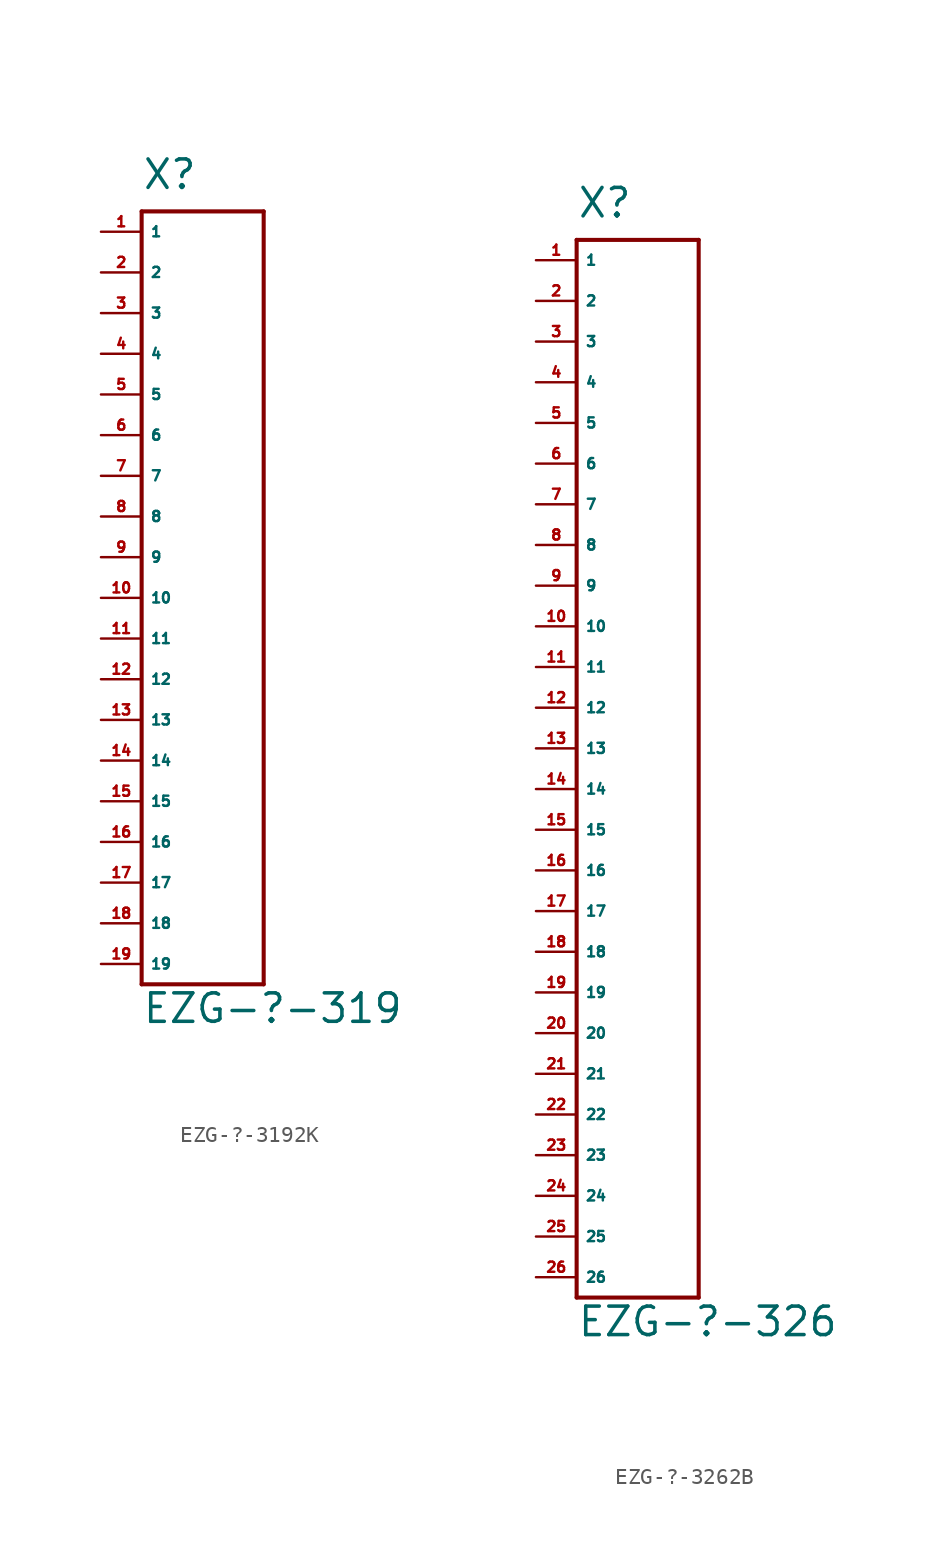
<source format=kicad_sym>
(kicad_symbol_lib
  (version 20220914)
  (generator Eagle2Kicad)
  (symbol "EZG-?-3192K"
    (property "Reference" "X"
      (at -2.54 2.54 0)
      (effects (font (size 1.778 1.778) (thickness 0.22)) (justify left bottom)))
    (property "Value" "EZG-?-319"
      (at -2.54 -49.53 0)
      (effects (font (size 1.778 1.778) (thickness 0.22)) (justify left bottom)))
    (polyline
      (pts (xy -2.54 1.27) (xy -2.54 -46.99))
      (stroke (width 0.254) (type default))
      (fill (type none)))
    (polyline
      (pts (xy -2.54 -46.99) (xy 5.08 -46.99))
      (stroke (width 0.254) (type default))
      (fill (type none)))
    (polyline
      (pts (xy 5.08 -46.99) (xy 5.08 1.27))
      (stroke (width 0.254) (type default))
      (fill (type none)))
    (polyline
      (pts (xy 5.08 1.27) (xy -2.54 1.27))
      (stroke (width 0.254) (type default))
      (fill (type none)))
    (pin passive line
      (at -5.08 0 0)
      (length 2.54)
      (name "1" (effects (font (size 0.635 0.635) (thickness 0.08)) (justify left bottom)))
      (number "1" (effects (font (size 0.635 0.635) (thickness 0.08)) (justify left bottom))))
    (pin passive line
      (at -5.08 -2.54 0)
      (length 2.54)
      (name "2" (effects (font (size 0.635 0.635) (thickness 0.08)) (justify left bottom)))
      (number "2" (effects (font (size 0.635 0.635) (thickness 0.08)) (justify left bottom))))
    (pin passive line
      (at -5.08 -5.08 0)
      (length 2.54)
      (name "3" (effects (font (size 0.635 0.635) (thickness 0.08)) (justify left bottom)))
      (number "3" (effects (font (size 0.635 0.635) (thickness 0.08)) (justify left bottom))))
    (pin passive line
      (at -5.08 -7.62 0)
      (length 2.54)
      (name "4" (effects (font (size 0.635 0.635) (thickness 0.08)) (justify left bottom)))
      (number "4" (effects (font (size 0.635 0.635) (thickness 0.08)) (justify left bottom))))
    (pin passive line
      (at -5.08 -10.16 0)
      (length 2.54)
      (name "5" (effects (font (size 0.635 0.635) (thickness 0.08)) (justify left bottom)))
      (number "5" (effects (font (size 0.635 0.635) (thickness 0.08)) (justify left bottom))))
    (pin passive line
      (at -5.08 -12.7 0)
      (length 2.54)
      (name "6" (effects (font (size 0.635 0.635) (thickness 0.08)) (justify left bottom)))
      (number "6" (effects (font (size 0.635 0.635) (thickness 0.08)) (justify left bottom))))
    (pin passive line
      (at -5.08 -15.24 0)
      (length 2.54)
      (name "7" (effects (font (size 0.635 0.635) (thickness 0.08)) (justify left bottom)))
      (number "7" (effects (font (size 0.635 0.635) (thickness 0.08)) (justify left bottom))))
    (pin passive line
      (at -5.08 -17.78 0)
      (length 2.54)
      (name "8" (effects (font (size 0.635 0.635) (thickness 0.08)) (justify left bottom)))
      (number "8" (effects (font (size 0.635 0.635) (thickness 0.08)) (justify left bottom))))
    (pin passive line
      (at -5.08 -20.32 0)
      (length 2.54)
      (name "9" (effects (font (size 0.635 0.635) (thickness 0.08)) (justify left bottom)))
      (number "9" (effects (font (size 0.635 0.635) (thickness 0.08)) (justify left bottom))))
    (pin passive line
      (at -5.08 -22.86 0)
      (length 2.54)
      (name "10" (effects (font (size 0.635 0.635) (thickness 0.08)) (justify left bottom)))
      (number "10" (effects (font (size 0.635 0.635) (thickness 0.08)) (justify left bottom))))
    (pin passive line
      (at -5.08 -25.4 0)
      (length 2.54)
      (name "11" (effects (font (size 0.635 0.635) (thickness 0.08)) (justify left bottom)))
      (number "11" (effects (font (size 0.635 0.635) (thickness 0.08)) (justify left bottom))))
    (pin passive line
      (at -5.08 -27.94 0)
      (length 2.54)
      (name "12" (effects (font (size 0.635 0.635) (thickness 0.08)) (justify left bottom)))
      (number "12" (effects (font (size 0.635 0.635) (thickness 0.08)) (justify left bottom))))
    (pin passive line
      (at -5.08 -30.48 0)
      (length 2.54)
      (name "13" (effects (font (size 0.635 0.635) (thickness 0.08)) (justify left bottom)))
      (number "13" (effects (font (size 0.635 0.635) (thickness 0.08)) (justify left bottom))))
    (pin passive line
      (at -5.08 -33.02 0)
      (length 2.54)
      (name "14" (effects (font (size 0.635 0.635) (thickness 0.08)) (justify left bottom)))
      (number "14" (effects (font (size 0.635 0.635) (thickness 0.08)) (justify left bottom))))
    (pin passive line
      (at -5.08 -35.56 0)
      (length 2.54)
      (name "15" (effects (font (size 0.635 0.635) (thickness 0.08)) (justify left bottom)))
      (number "15" (effects (font (size 0.635 0.635) (thickness 0.08)) (justify left bottom))))
    (pin passive line
      (at -5.08 -38.1 0)
      (length 2.54)
      (name "16" (effects (font (size 0.635 0.635) (thickness 0.08)) (justify left bottom)))
      (number "16" (effects (font (size 0.635 0.635) (thickness 0.08)) (justify left bottom))))
    (pin passive line
      (at -5.08 -40.64 0)
      (length 2.54)
      (name "17" (effects (font (size 0.635 0.635) (thickness 0.08)) (justify left bottom)))
      (number "17" (effects (font (size 0.635 0.635) (thickness 0.08)) (justify left bottom))))
    (pin passive line
      (at -5.08 -43.18 0)
      (length 2.54)
      (name "18" (effects (font (size 0.635 0.635) (thickness 0.08)) (justify left bottom)))
      (number "18" (effects (font (size 0.635 0.635) (thickness 0.08)) (justify left bottom))))
    (pin passive line
      (at -5.08 -45.72 0)
      (length 2.54)
      (name "19" (effects (font (size 0.635 0.635) (thickness 0.08)) (justify left bottom)))
      (number "19" (effects (font (size 0.635 0.635) (thickness 0.08)) (justify left bottom)))))
  (symbol "EZG-?-3262B"
    (property "Reference" "X"
      (at -2.54 2.54 0)
      (effects (font (size 1.778 1.778) (thickness 0.22)) (justify left bottom)))
    (property "Value" "EZG-?-326"
      (at -2.54 -67.31 0)
      (effects (font (size 1.778 1.778) (thickness 0.22)) (justify left bottom)))
    (polyline
      (pts (xy -2.54 1.27) (xy -2.54 -64.77))
      (stroke (width 0.254) (type default))
      (fill (type none)))
    (polyline
      (pts (xy -2.54 -64.77) (xy 5.08 -64.77))
      (stroke (width 0.254) (type default))
      (fill (type none)))
    (polyline
      (pts (xy 5.08 -64.77) (xy 5.08 1.27))
      (stroke (width 0.254) (type default))
      (fill (type none)))
    (polyline
      (pts (xy 5.08 1.27) (xy -2.54 1.27))
      (stroke (width 0.254) (type default))
      (fill (type none)))
    (pin passive line
      (at -5.08 0 0)
      (length 2.54)
      (name "1" (effects (font (size 0.635 0.635) (thickness 0.08)) (justify left bottom)))
      (number "1" (effects (font (size 0.635 0.635) (thickness 0.08)) (justify left bottom))))
    (pin passive line
      (at -5.08 -2.54 0)
      (length 2.54)
      (name "2" (effects (font (size 0.635 0.635) (thickness 0.08)) (justify left bottom)))
      (number "2" (effects (font (size 0.635 0.635) (thickness 0.08)) (justify left bottom))))
    (pin passive line
      (at -5.08 -5.08 0)
      (length 2.54)
      (name "3" (effects (font (size 0.635 0.635) (thickness 0.08)) (justify left bottom)))
      (number "3" (effects (font (size 0.635 0.635) (thickness 0.08)) (justify left bottom))))
    (pin passive line
      (at -5.08 -7.62 0)
      (length 2.54)
      (name "4" (effects (font (size 0.635 0.635) (thickness 0.08)) (justify left bottom)))
      (number "4" (effects (font (size 0.635 0.635) (thickness 0.08)) (justify left bottom))))
    (pin passive line
      (at -5.08 -10.16 0)
      (length 2.54)
      (name "5" (effects (font (size 0.635 0.635) (thickness 0.08)) (justify left bottom)))
      (number "5" (effects (font (size 0.635 0.635) (thickness 0.08)) (justify left bottom))))
    (pin passive line
      (at -5.08 -12.7 0)
      (length 2.54)
      (name "6" (effects (font (size 0.635 0.635) (thickness 0.08)) (justify left bottom)))
      (number "6" (effects (font (size 0.635 0.635) (thickness 0.08)) (justify left bottom))))
    (pin passive line
      (at -5.08 -15.24 0)
      (length 2.54)
      (name "7" (effects (font (size 0.635 0.635) (thickness 0.08)) (justify left bottom)))
      (number "7" (effects (font (size 0.635 0.635) (thickness 0.08)) (justify left bottom))))
    (pin passive line
      (at -5.08 -17.78 0)
      (length 2.54)
      (name "8" (effects (font (size 0.635 0.635) (thickness 0.08)) (justify left bottom)))
      (number "8" (effects (font (size 0.635 0.635) (thickness 0.08)) (justify left bottom))))
    (pin passive line
      (at -5.08 -20.32 0)
      (length 2.54)
      (name "9" (effects (font (size 0.635 0.635) (thickness 0.08)) (justify left bottom)))
      (number "9" (effects (font (size 0.635 0.635) (thickness 0.08)) (justify left bottom))))
    (pin passive line
      (at -5.08 -22.86 0)
      (length 2.54)
      (name "10" (effects (font (size 0.635 0.635) (thickness 0.08)) (justify left bottom)))
      (number "10" (effects (font (size 0.635 0.635) (thickness 0.08)) (justify left bottom))))
    (pin passive line
      (at -5.08 -25.4 0)
      (length 2.54)
      (name "11" (effects (font (size 0.635 0.635) (thickness 0.08)) (justify left bottom)))
      (number "11" (effects (font (size 0.635 0.635) (thickness 0.08)) (justify left bottom))))
    (pin passive line
      (at -5.08 -27.94 0)
      (length 2.54)
      (name "12" (effects (font (size 0.635 0.635) (thickness 0.08)) (justify left bottom)))
      (number "12" (effects (font (size 0.635 0.635) (thickness 0.08)) (justify left bottom))))
    (pin passive line
      (at -5.08 -30.48 0)
      (length 2.54)
      (name "13" (effects (font (size 0.635 0.635) (thickness 0.08)) (justify left bottom)))
      (number "13" (effects (font (size 0.635 0.635) (thickness 0.08)) (justify left bottom))))
    (pin passive line
      (at -5.08 -33.02 0)
      (length 2.54)
      (name "14" (effects (font (size 0.635 0.635) (thickness 0.08)) (justify left bottom)))
      (number "14" (effects (font (size 0.635 0.635) (thickness 0.08)) (justify left bottom))))
    (pin passive line
      (at -5.08 -35.56 0)
      (length 2.54)
      (name "15" (effects (font (size 0.635 0.635) (thickness 0.08)) (justify left bottom)))
      (number "15" (effects (font (size 0.635 0.635) (thickness 0.08)) (justify left bottom))))
    (pin passive line
      (at -5.08 -38.1 0)
      (length 2.54)
      (name "16" (effects (font (size 0.635 0.635) (thickness 0.08)) (justify left bottom)))
      (number "16" (effects (font (size 0.635 0.635) (thickness 0.08)) (justify left bottom))))
    (pin passive line
      (at -5.08 -40.64 0)
      (length 2.54)
      (name "17" (effects (font (size 0.635 0.635) (thickness 0.08)) (justify left bottom)))
      (number "17" (effects (font (size 0.635 0.635) (thickness 0.08)) (justify left bottom))))
    (pin passive line
      (at -5.08 -43.18 0)
      (length 2.54)
      (name "18" (effects (font (size 0.635 0.635) (thickness 0.08)) (justify left bottom)))
      (number "18" (effects (font (size 0.635 0.635) (thickness 0.08)) (justify left bottom))))
    (pin passive line
      (at -5.08 -45.72 0)
      (length 2.54)
      (name "19" (effects (font (size 0.635 0.635) (thickness 0.08)) (justify left bottom)))
      (number "19" (effects (font (size 0.635 0.635) (thickness 0.08)) (justify left bottom))))
    (pin passive line
      (at -5.08 -48.26 0)
      (length 2.54)
      (name "20" (effects (font (size 0.635 0.635) (thickness 0.08)) (justify left bottom)))
      (number "20" (effects (font (size 0.635 0.635) (thickness 0.08)) (justify left bottom))))
    (pin passive line
      (at -5.08 -50.8 0)
      (length 2.54)
      (name "21" (effects (font (size 0.635 0.635) (thickness 0.08)) (justify left bottom)))
      (number "21" (effects (font (size 0.635 0.635) (thickness 0.08)) (justify left bottom))))
    (pin passive line
      (at -5.08 -53.34 0)
      (length 2.54)
      (name "22" (effects (font (size 0.635 0.635) (thickness 0.08)) (justify left bottom)))
      (number "22" (effects (font (size 0.635 0.635) (thickness 0.08)) (justify left bottom))))
    (pin passive line
      (at -5.08 -55.88 0)
      (length 2.54)
      (name "23" (effects (font (size 0.635 0.635) (thickness 0.08)) (justify left bottom)))
      (number "23" (effects (font (size 0.635 0.635) (thickness 0.08)) (justify left bottom))))
    (pin passive line
      (at -5.08 -58.42 0)
      (length 2.54)
      (name "24" (effects (font (size 0.635 0.635) (thickness 0.08)) (justify left bottom)))
      (number "24" (effects (font (size 0.635 0.635) (thickness 0.08)) (justify left bottom))))
    (pin passive line
      (at -5.08 -60.96 0)
      (length 2.54)
      (name "25" (effects (font (size 0.635 0.635) (thickness 0.08)) (justify left bottom)))
      (number "25" (effects (font (size 0.635 0.635) (thickness 0.08)) (justify left bottom))))
    (pin passive line
      (at -5.08 -63.5 0)
      (length 2.54)
      (name "26" (effects (font (size 0.635 0.635) (thickness 0.08)) (justify left bottom)))
      (number "26" (effects (font (size 0.635 0.635) (thickness 0.08)) (justify left bottom))))))
</source>
